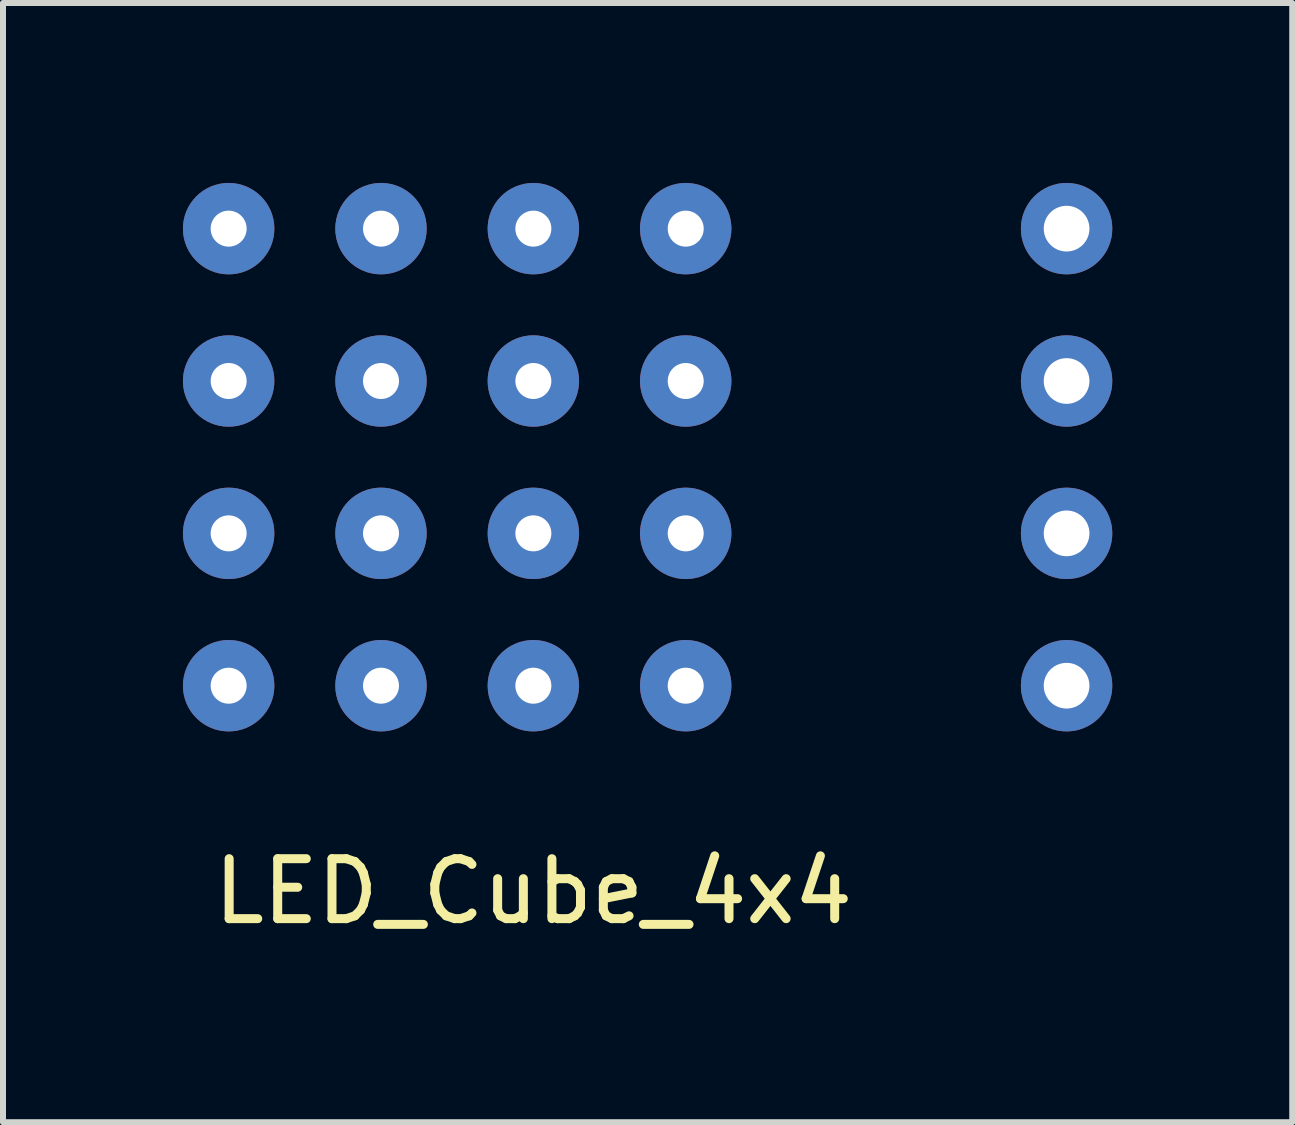
<source format=kicad_pcb>
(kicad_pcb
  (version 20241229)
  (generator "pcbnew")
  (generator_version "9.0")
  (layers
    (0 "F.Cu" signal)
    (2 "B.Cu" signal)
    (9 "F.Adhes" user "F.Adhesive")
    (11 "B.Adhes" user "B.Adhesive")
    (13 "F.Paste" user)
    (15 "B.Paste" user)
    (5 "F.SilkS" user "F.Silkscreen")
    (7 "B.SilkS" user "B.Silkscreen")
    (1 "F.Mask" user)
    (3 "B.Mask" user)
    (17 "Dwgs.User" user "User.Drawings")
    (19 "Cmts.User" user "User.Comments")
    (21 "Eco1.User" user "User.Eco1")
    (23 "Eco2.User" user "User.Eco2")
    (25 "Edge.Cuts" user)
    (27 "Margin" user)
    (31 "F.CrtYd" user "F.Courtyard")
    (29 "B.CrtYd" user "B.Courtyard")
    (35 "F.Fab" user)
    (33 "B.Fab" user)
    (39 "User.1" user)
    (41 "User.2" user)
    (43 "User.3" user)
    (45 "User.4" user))
  (footprint "LED_Cube_4x4"
    (layer "F.Cu")
    (at 5.842 5.842)
    (property "Reference" "LED_Cube_4x4" (at 0 5.969 0) (layer "F.SilkS") (effects (font (size 1 1) (thickness 0.15))))
    (attr through_hole)
    (pad "1" thru_hole circle (at -5.08 -5.08) (size 1.524 1.524) (drill 0.6) (layers "*.Cu" "*.Mask"))
    (pad "2" thru_hole circle (at -2.54 -5.08) (size 1.524 1.524) (drill 0.6) (layers "*.Cu" "*.Mask"))
    (pad "3" thru_hole circle (at 0 -5.08) (size 1.524 1.524) (drill 0.6) (layers "*.Cu" "*.Mask"))
    (pad "4" thru_hole circle (at 2.54 -5.08) (size 1.524 1.524) (drill 0.6) (layers "*.Cu" "*.Mask"))
    (pad "5" thru_hole circle (at -5.08 -2.54) (size 1.524 1.524) (drill 0.6) (layers "*.Cu" "*.Mask"))
    (pad "6" thru_hole circle (at -2.54 -2.54) (size 1.524 1.524) (drill 0.6) (layers "*.Cu" "*.Mask"))
    (pad "7" thru_hole circle (at 0 -2.54) (size 1.524 1.524) (drill 0.6) (layers "*.Cu" "*.Mask"))
    (pad "8" thru_hole circle (at 2.54 -2.54) (size 1.524 1.524) (drill 0.6) (layers "*.Cu" "*.Mask"))
    (pad "9" thru_hole circle (at -5.08 0) (size 1.524 1.524) (drill 0.6) (layers "*.Cu" "*.Mask"))
    (pad "10" thru_hole circle (at -2.54 0) (size 1.524 1.524) (drill 0.6) (layers "*.Cu" "*.Mask"))
    (pad "11" thru_hole circle (at 0 0) (size 1.524 1.524) (drill 0.6) (layers "*.Cu" "*.Mask"))
    (pad "12" thru_hole circle (at 2.54 0) (size 1.524 1.524) (drill 0.6) (layers "*.Cu" "*.Mask"))
    (pad "13" thru_hole circle (at -5.08 2.54) (size 1.524 1.524) (drill 0.6) (layers "*.Cu" "*.Mask"))
    (pad "14" thru_hole circle (at -2.54 2.54) (size 1.524 1.524) (drill 0.6) (layers "*.Cu" "*.Mask"))
    (pad "15" thru_hole circle (at 0 2.54) (size 1.524 1.524) (drill 0.6) (layers "*.Cu" "*.Mask"))
    (pad "16" thru_hole circle (at 2.54 2.54) (size 1.524 1.524) (drill 0.6) (layers "*.Cu" "*.Mask"))
    (pad "17" thru_hole circle (at 8.89 -5.08) (size 1.524 1.524) (drill 0.762) (layers "*.Cu" "*.Mask"))
    (pad "18" thru_hole circle (at 8.89 -2.54) (size 1.524 1.524) (drill 0.762) (layers "*.Cu" "*.Mask"))
    (pad "19" thru_hole circle (at 8.89 0) (size 1.524 1.524) (drill 0.762) (layers "*.Cu" "*.Mask"))
    (pad "20" thru_hole circle (at 8.89 2.54) (size 1.524 1.524) (drill 0.762) (layers "*.Cu" "*.Mask")))
  (gr_rect
    (start -3 -3)
    (end 18.494 15.659)
    (stroke (width 0.1) (type default))
    (fill no)
    (layer "Edge.Cuts")))
</source>
